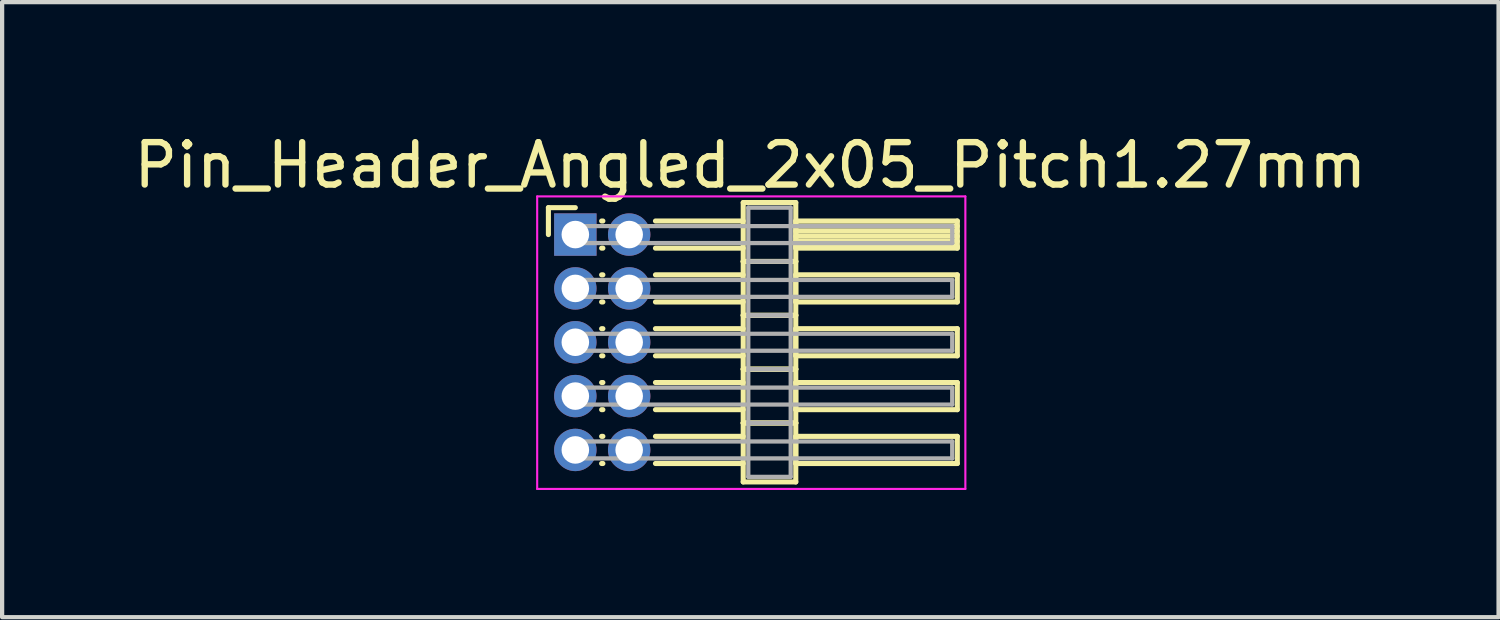
<source format=kicad_pcb>
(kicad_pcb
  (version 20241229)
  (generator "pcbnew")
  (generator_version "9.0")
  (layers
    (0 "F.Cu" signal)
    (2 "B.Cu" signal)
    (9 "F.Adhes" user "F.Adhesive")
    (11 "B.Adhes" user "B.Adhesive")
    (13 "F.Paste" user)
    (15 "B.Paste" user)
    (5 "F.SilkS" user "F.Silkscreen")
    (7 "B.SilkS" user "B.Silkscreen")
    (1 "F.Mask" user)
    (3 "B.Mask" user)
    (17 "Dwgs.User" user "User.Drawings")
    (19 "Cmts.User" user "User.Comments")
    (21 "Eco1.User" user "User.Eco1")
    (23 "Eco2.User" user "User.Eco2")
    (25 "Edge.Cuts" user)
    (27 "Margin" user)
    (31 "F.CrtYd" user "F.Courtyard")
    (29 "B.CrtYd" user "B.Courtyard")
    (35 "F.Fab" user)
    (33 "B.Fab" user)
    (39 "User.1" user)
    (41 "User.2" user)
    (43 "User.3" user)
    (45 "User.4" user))
  (footprint "Pin_Header_Angled_2x05_Pitch1.27mm"
    (layer "F.Cu")
    (at 10.521 2.483)
    (property "Reference" "Pin_Header_Angled_2x05_Pitch1.27mm" (at 4.128 -1.635 0) (layer "F.SilkS") (effects (font (size 1 1) (thickness 0.15))))
    (attr through_hole)
    (fp_line (start -0.635 -0.635) (end 0 -0.635) (stroke (width 0.12) (type solid)) (layer "F.SilkS"))
    (fp_line (start -0.635 0) (end -0.635 -0.635) (stroke (width 0.12) (type solid)) (layer "F.SilkS"))
    (fp_line (start 0.62 -0.32) (end 0.65 -0.32) (stroke (width 0.12) (type solid)) (layer "F.SilkS"))
    (fp_line (start 0.62 0.32) (end 0.65 0.32) (stroke (width 0.12) (type solid)) (layer "F.SilkS"))
    (fp_line (start 0.62 0.95) (end 0.65 0.95) (stroke (width 0.12) (type solid)) (layer "F.SilkS"))
    (fp_line (start 0.62 1.59) (end 0.65 1.59) (stroke (width 0.12) (type solid)) (layer "F.SilkS"))
    (fp_line (start 0.62 2.22) (end 0.65 2.22) (stroke (width 0.12) (type solid)) (layer "F.SilkS"))
    (fp_line (start 0.62 2.86) (end 0.65 2.86) (stroke (width 0.12) (type solid)) (layer "F.SilkS"))
    (fp_line (start 0.62 3.49) (end 0.65 3.49) (stroke (width 0.12) (type solid)) (layer "F.SilkS"))
    (fp_line (start 0.62 4.13) (end 0.65 4.13) (stroke (width 0.12) (type solid)) (layer "F.SilkS"))
    (fp_line (start 0.62 4.76) (end 0.65 4.76) (stroke (width 0.12) (type solid)) (layer "F.SilkS"))
    (fp_line (start 0.62 5.4) (end 0.65 5.4) (stroke (width 0.12) (type solid)) (layer "F.SilkS"))
    (fp_line (start 1.89 -0.32) (end 3.96 -0.32) (stroke (width 0.12) (type solid)) (layer "F.SilkS"))
    (fp_line (start 1.89 0.32) (end 3.96 0.32) (stroke (width 0.12) (type solid)) (layer "F.SilkS"))
    (fp_line (start 1.89 0.95) (end 3.96 0.95) (stroke (width 0.12) (type solid)) (layer "F.SilkS"))
    (fp_line (start 1.89 1.59) (end 3.96 1.59) (stroke (width 0.12) (type solid)) (layer "F.SilkS"))
    (fp_line (start 1.89 2.22) (end 3.96 2.22) (stroke (width 0.12) (type solid)) (layer "F.SilkS"))
    (fp_line (start 1.89 2.86) (end 3.96 2.86) (stroke (width 0.12) (type solid)) (layer "F.SilkS"))
    (fp_line (start 1.89 3.49) (end 3.96 3.49) (stroke (width 0.12) (type solid)) (layer "F.SilkS"))
    (fp_line (start 1.89 4.13) (end 3.96 4.13) (stroke (width 0.12) (type solid)) (layer "F.SilkS"))
    (fp_line (start 1.89 4.76) (end 3.96 4.76) (stroke (width 0.12) (type solid)) (layer "F.SilkS"))
    (fp_line (start 1.89 5.4) (end 3.96 5.4) (stroke (width 0.12) (type solid)) (layer "F.SilkS"))
    (fp_line (start 3.96 -0.755) (end 3.96 0.635) (stroke (width 0.12) (type solid)) (layer "F.SilkS"))
    (fp_line (start 3.96 0.635) (end 3.96 1.905) (stroke (width 0.12) (type solid)) (layer "F.SilkS"))
    (fp_line (start 3.96 0.635) (end 5.2 0.635) (stroke (width 0.12) (type solid)) (layer "F.SilkS"))
    (fp_line (start 3.96 1.905) (end 3.96 3.175) (stroke (width 0.12) (type solid)) (layer "F.SilkS"))
    (fp_line (start 3.96 1.905) (end 5.2 1.905) (stroke (width 0.12) (type solid)) (layer "F.SilkS"))
    (fp_line (start 3.96 3.175) (end 3.96 4.445) (stroke (width 0.12) (type solid)) (layer "F.SilkS"))
    (fp_line (start 3.96 3.175) (end 5.2 3.175) (stroke (width 0.12) (type solid)) (layer "F.SilkS"))
    (fp_line (start 3.96 4.445) (end 3.96 5.835) (stroke (width 0.12) (type solid)) (layer "F.SilkS"))
    (fp_line (start 3.96 4.445) (end 5.2 4.445) (stroke (width 0.12) (type solid)) (layer "F.SilkS"))
    (fp_line (start 3.96 5.835) (end 5.2 5.835) (stroke (width 0.12) (type solid)) (layer "F.SilkS"))
    (fp_line (start 5.2 -0.755) (end 3.96 -0.755) (stroke (width 0.12) (type solid)) (layer "F.SilkS"))
    (fp_line (start 5.2 -0.32) (end 5.2 0.32) (stroke (width 0.12) (type solid)) (layer "F.SilkS"))
    (fp_line (start 5.2 -0.2) (end 9.01 -0.2) (stroke (width 0.12) (type solid)) (layer "F.SilkS"))
    (fp_line (start 5.2 -0.08) (end 9.01 -0.08) (stroke (width 0.12) (type solid)) (layer "F.SilkS"))
    (fp_line (start 5.2 0.04) (end 9.01 0.04) (stroke (width 0.12) (type solid)) (layer "F.SilkS"))
    (fp_line (start 5.2 0.16) (end 9.01 0.16) (stroke (width 0.12) (type solid)) (layer "F.SilkS"))
    (fp_line (start 5.2 0.28) (end 9.01 0.28) (stroke (width 0.12) (type solid)) (layer "F.SilkS"))
    (fp_line (start 5.2 0.32) (end 9.01 0.32) (stroke (width 0.12) (type solid)) (layer "F.SilkS"))
    (fp_line (start 5.2 0.635) (end 3.96 0.635) (stroke (width 0.12) (type solid)) (layer "F.SilkS"))
    (fp_line (start 5.2 0.635) (end 5.2 -0.755) (stroke (width 0.12) (type solid)) (layer "F.SilkS"))
    (fp_line (start 5.2 0.95) (end 5.2 1.59) (stroke (width 0.12) (type solid)) (layer "F.SilkS"))
    (fp_line (start 5.2 1.59) (end 9.01 1.59) (stroke (width 0.12) (type solid)) (layer "F.SilkS"))
    (fp_line (start 5.2 1.905) (end 3.96 1.905) (stroke (width 0.12) (type solid)) (layer "F.SilkS"))
    (fp_line (start 5.2 1.905) (end 5.2 0.635) (stroke (width 0.12) (type solid)) (layer "F.SilkS"))
    (fp_line (start 5.2 2.22) (end 5.2 2.86) (stroke (width 0.12) (type solid)) (layer "F.SilkS"))
    (fp_line (start 5.2 2.86) (end 9.01 2.86) (stroke (width 0.12) (type solid)) (layer "F.SilkS"))
    (fp_line (start 5.2 3.175) (end 3.96 3.175) (stroke (width 0.12) (type solid)) (layer "F.SilkS"))
    (fp_line (start 5.2 3.175) (end 5.2 1.905) (stroke (width 0.12) (type solid)) (layer "F.SilkS"))
    (fp_line (start 5.2 3.49) (end 5.2 4.13) (stroke (width 0.12) (type solid)) (layer "F.SilkS"))
    (fp_line (start 5.2 4.13) (end 9.01 4.13) (stroke (width 0.12) (type solid)) (layer "F.SilkS"))
    (fp_line (start 5.2 4.445) (end 3.96 4.445) (stroke (width 0.12) (type solid)) (layer "F.SilkS"))
    (fp_line (start 5.2 4.445) (end 5.2 3.175) (stroke (width 0.12) (type solid)) (layer "F.SilkS"))
    (fp_line (start 5.2 4.76) (end 5.2 5.4) (stroke (width 0.12) (type solid)) (layer "F.SilkS"))
    (fp_line (start 5.2 5.4) (end 9.01 5.4) (stroke (width 0.12) (type solid)) (layer "F.SilkS"))
    (fp_line (start 5.2 5.835) (end 5.2 4.445) (stroke (width 0.12) (type solid)) (layer "F.SilkS"))
    (fp_line (start 9.01 -0.32) (end 5.2 -0.32) (stroke (width 0.12) (type solid)) (layer "F.SilkS"))
    (fp_line (start 9.01 0.32) (end 9.01 -0.32) (stroke (width 0.12) (type solid)) (layer "F.SilkS"))
    (fp_line (start 9.01 0.95) (end 5.2 0.95) (stroke (width 0.12) (type solid)) (layer "F.SilkS"))
    (fp_line (start 9.01 1.59) (end 9.01 0.95) (stroke (width 0.12) (type solid)) (layer "F.SilkS"))
    (fp_line (start 9.01 2.22) (end 5.2 2.22) (stroke (width 0.12) (type solid)) (layer "F.SilkS"))
    (fp_line (start 9.01 2.86) (end 9.01 2.22) (stroke (width 0.12) (type solid)) (layer "F.SilkS"))
    (fp_line (start 9.01 3.49) (end 5.2 3.49) (stroke (width 0.12) (type solid)) (layer "F.SilkS"))
    (fp_line (start 9.01 4.13) (end 9.01 3.49) (stroke (width 0.12) (type solid)) (layer "F.SilkS"))
    (fp_line (start 9.01 4.76) (end 5.2 4.76) (stroke (width 0.12) (type solid)) (layer "F.SilkS"))
    (fp_line (start 9.01 5.4) (end 9.01 4.76) (stroke (width 0.12) (type solid)) (layer "F.SilkS"))
    (fp_line (start -0.9 -0.9) (end -0.9 6) (stroke (width 0.05) (type solid)) (layer "F.CrtYd"))
    (fp_line (start -0.9 6) (end 9.2 6) (stroke (width 0.05) (type solid)) (layer "F.CrtYd"))
    (fp_line (start 9.2 -0.9) (end -0.9 -0.9) (stroke (width 0.05) (type solid)) (layer "F.CrtYd"))
    (fp_line (start 9.2 6) (end 9.2 -0.9) (stroke (width 0.05) (type solid)) (layer "F.CrtYd"))
    (fp_line (start 0 -0.2) (end 0 0.2) (stroke (width 0.1) (type solid)) (layer "F.Fab"))
    (fp_line (start 0 0.2) (end 8.89 0.2) (stroke (width 0.1) (type solid)) (layer "F.Fab"))
    (fp_line (start 0 1.07) (end 0 1.47) (stroke (width 0.1) (type solid)) (layer "F.Fab"))
    (fp_line (start 0 1.47) (end 8.89 1.47) (stroke (width 0.1) (type solid)) (layer "F.Fab"))
    (fp_line (start 0 2.34) (end 0 2.74) (stroke (width 0.1) (type solid)) (layer "F.Fab"))
    (fp_line (start 0 2.74) (end 8.89 2.74) (stroke (width 0.1) (type solid)) (layer "F.Fab"))
    (fp_line (start 0 3.61) (end 0 4.01) (stroke (width 0.1) (type solid)) (layer "F.Fab"))
    (fp_line (start 0 4.01) (end 8.89 4.01) (stroke (width 0.1) (type solid)) (layer "F.Fab"))
    (fp_line (start 0 4.88) (end 0 5.28) (stroke (width 0.1) (type solid)) (layer "F.Fab"))
    (fp_line (start 0 5.28) (end 8.89 5.28) (stroke (width 0.1) (type solid)) (layer "F.Fab"))
    (fp_line (start 4.08 -0.635) (end 4.08 0.635) (stroke (width 0.1) (type solid)) (layer "F.Fab"))
    (fp_line (start 4.08 0.635) (end 4.08 1.905) (stroke (width 0.1) (type solid)) (layer "F.Fab"))
    (fp_line (start 4.08 0.635) (end 5.08 0.635) (stroke (width 0.1) (type solid)) (layer "F.Fab"))
    (fp_line (start 4.08 1.905) (end 4.08 3.175) (stroke (width 0.1) (type solid)) (layer "F.Fab"))
    (fp_line (start 4.08 1.905) (end 5.08 1.905) (stroke (width 0.1) (type solid)) (layer "F.Fab"))
    (fp_line (start 4.08 3.175) (end 4.08 4.445) (stroke (width 0.1) (type solid)) (layer "F.Fab"))
    (fp_line (start 4.08 3.175) (end 5.08 3.175) (stroke (width 0.1) (type solid)) (layer "F.Fab"))
    (fp_line (start 4.08 4.445) (end 4.08 5.715) (stroke (width 0.1) (type solid)) (layer "F.Fab"))
    (fp_line (start 4.08 4.445) (end 5.08 4.445) (stroke (width 0.1) (type solid)) (layer "F.Fab"))
    (fp_line (start 4.08 5.715) (end 5.08 5.715) (stroke (width 0.1) (type solid)) (layer "F.Fab"))
    (fp_line (start 5.08 -0.635) (end 4.08 -0.635) (stroke (width 0.1) (type solid)) (layer "F.Fab"))
    (fp_line (start 5.08 0.635) (end 4.08 0.635) (stroke (width 0.1) (type solid)) (layer "F.Fab"))
    (fp_line (start 5.08 0.635) (end 5.08 -0.635) (stroke (width 0.1) (type solid)) (layer "F.Fab"))
    (fp_line (start 5.08 1.905) (end 4.08 1.905) (stroke (width 0.1) (type solid)) (layer "F.Fab"))
    (fp_line (start 5.08 1.905) (end 5.08 0.635) (stroke (width 0.1) (type solid)) (layer "F.Fab"))
    (fp_line (start 5.08 3.175) (end 4.08 3.175) (stroke (width 0.1) (type solid)) (layer "F.Fab"))
    (fp_line (start 5.08 3.175) (end 5.08 1.905) (stroke (width 0.1) (type solid)) (layer "F.Fab"))
    (fp_line (start 5.08 4.445) (end 4.08 4.445) (stroke (width 0.1) (type solid)) (layer "F.Fab"))
    (fp_line (start 5.08 4.445) (end 5.08 3.175) (stroke (width 0.1) (type solid)) (layer "F.Fab"))
    (fp_line (start 5.08 5.715) (end 5.08 4.445) (stroke (width 0.1) (type solid)) (layer "F.Fab"))
    (fp_line (start 8.89 -0.2) (end 0 -0.2) (stroke (width 0.1) (type solid)) (layer "F.Fab"))
    (fp_line (start 8.89 0.2) (end 8.89 -0.2) (stroke (width 0.1) (type solid)) (layer "F.Fab"))
    (fp_line (start 8.89 1.07) (end 0 1.07) (stroke (width 0.1) (type solid)) (layer "F.Fab"))
    (fp_line (start 8.89 1.47) (end 8.89 1.07) (stroke (width 0.1) (type solid)) (layer "F.Fab"))
    (fp_line (start 8.89 2.34) (end 0 2.34) (stroke (width 0.1) (type solid)) (layer "F.Fab"))
    (fp_line (start 8.89 2.74) (end 8.89 2.34) (stroke (width 0.1) (type solid)) (layer "F.Fab"))
    (fp_line (start 8.89 3.61) (end 0 3.61) (stroke (width 0.1) (type solid)) (layer "F.Fab"))
    (fp_line (start 8.89 4.01) (end 8.89 3.61) (stroke (width 0.1) (type solid)) (layer "F.Fab"))
    (fp_line (start 8.89 4.88) (end 0 4.88) (stroke (width 0.1) (type solid)) (layer "F.Fab"))
    (fp_line (start 8.89 5.28) (end 8.89 4.88) (stroke (width 0.1) (type solid)) (layer "F.Fab"))
    (pad "1" thru_hole rect (at 0 0) (size 1 1) (drill 0.65) (layers "*.Cu" "*.Mask"))
    (pad "2" thru_hole oval (at 1.27 0) (size 1 1) (drill 0.65) (layers "*.Cu" "*.Mask"))
    (pad "3" thru_hole oval (at 0 1.27) (size 1 1) (drill 0.65) (layers "*.Cu" "*.Mask"))
    (pad "4" thru_hole oval (at 1.27 1.27) (size 1 1) (drill 0.65) (layers "*.Cu" "*.Mask"))
    (pad "5" thru_hole oval (at 0 2.54) (size 1 1) (drill 0.65) (layers "*.Cu" "*.Mask"))
    (pad "6" thru_hole oval (at 1.27 2.54) (size 1 1) (drill 0.65) (layers "*.Cu" "*.Mask"))
    (pad "7" thru_hole oval (at 0 3.81) (size 1 1) (drill 0.65) (layers "*.Cu" "*.Mask"))
    (pad "8" thru_hole oval (at 1.27 3.81) (size 1 1) (drill 0.65) (layers "*.Cu" "*.Mask"))
    (pad "9" thru_hole oval (at 0 5.08) (size 1 1) (drill 0.65) (layers "*.Cu" "*.Mask"))
    (pad "10" thru_hole oval (at 1.27 5.08) (size 1 1) (drill 0.65) (layers "*.Cu" "*.Mask")))
  (gr_rect
    (start -3 -3)
    (end 32.298 11.508)
    (stroke (width 0.1) (type default))
    (fill no)
    (layer "Edge.Cuts")))
</source>
